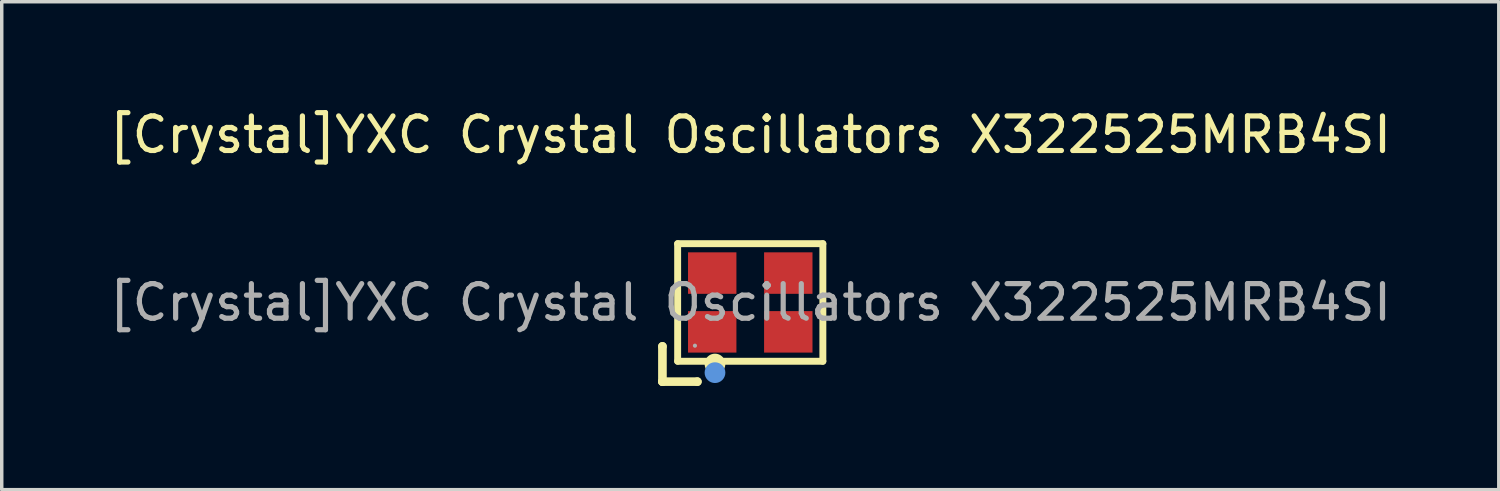
<source format=kicad_pcb>
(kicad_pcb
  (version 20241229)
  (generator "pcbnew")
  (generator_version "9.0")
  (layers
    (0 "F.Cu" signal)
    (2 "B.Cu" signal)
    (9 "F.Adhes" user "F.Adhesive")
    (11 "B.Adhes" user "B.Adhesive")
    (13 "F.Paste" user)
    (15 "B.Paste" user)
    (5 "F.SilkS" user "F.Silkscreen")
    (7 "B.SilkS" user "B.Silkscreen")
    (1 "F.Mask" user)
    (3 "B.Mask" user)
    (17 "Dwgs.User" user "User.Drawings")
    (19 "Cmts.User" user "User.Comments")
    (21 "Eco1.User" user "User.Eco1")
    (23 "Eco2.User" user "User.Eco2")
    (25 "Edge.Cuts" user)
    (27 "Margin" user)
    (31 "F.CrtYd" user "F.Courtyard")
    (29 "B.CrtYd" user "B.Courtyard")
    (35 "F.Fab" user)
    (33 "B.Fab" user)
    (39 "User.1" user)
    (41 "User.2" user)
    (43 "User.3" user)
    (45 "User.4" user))
  (footprint "[Crystal]YXC Crystal Oscillators X322525MRB4SI"
    (layer "F.Cu")
    (at 18.649 5.698)
    (property "Reference" "[Crystal]YXC Crystal Oscillators X322525MRB4SI" (at 0 -4.85 0) (layer "F.SilkS") (effects (font (size 1 1) (thickness 0.15))))
    (attr smd)
    (fp_line (start -2.54 1.27) (end -2.54 1.27) (stroke (width 0.25) (type solid)) (layer "F.SilkS"))
    (fp_line (start -2.54 1.27) (end -2.54 2.29) (stroke (width 0.25) (type solid)) (layer "F.SilkS"))
    (fp_line (start -2.54 2.29) (end -2.54 2.29) (stroke (width 0.25) (type solid)) (layer "F.SilkS"))
    (fp_line (start -2.54 2.29) (end -1.53 2.29) (stroke (width 0.25) (type solid)) (layer "F.SilkS"))
    (fp_line (start -2.1 -1.7) (end -2.1 1.7) (stroke (width 0.2) (type solid)) (layer "F.SilkS"))
    (fp_line (start -2.1 1.7) (end 2.1 1.7) (stroke (width 0.2) (type solid)) (layer "F.SilkS"))
    (fp_line (start -1.53 2.29) (end -1.53 2.29) (stroke (width 0.25) (type solid)) (layer "F.SilkS"))
    (fp_line (start 2.1 -1.7) (end -2.1 -1.7) (stroke (width 0.2) (type solid)) (layer "F.SilkS"))
    (fp_line (start 2.1 1.7) (end 2.1 -1.7) (stroke (width 0.2) (type solid)) (layer "F.SilkS"))
    (fp_arc (start -1.02 1.78) (mid -1.02 1.78) (end -1.02 1.78) (stroke (width 0.3) (type solid)) (layer "F.SilkS"))
    (fp_circle (center -1.02 2.03) (end -0.87 2.03) (stroke (width 0.3) (type solid)) (fill no) (layer "Cmts.User"))
    (fp_circle (center -1.6 1.25) (end -1.57 1.25) (stroke (width 0.06) (type solid)) (fill no) (layer "F.Fab"))
    (fp_text user "${REFERENCE}" (at 0 0 0) (layer "F.Fab") (effects (font (size 1 1) (thickness 0.15))))
    (pad "1" smd rect (at -1.1 0.85) (size 1.4 1.2) (layers "F.Cu" "F.Mask" "F.Paste"))
    (pad "2" smd rect (at 1.1 0.85) (size 1.4 1.2) (layers "F.Cu" "F.Mask" "F.Paste"))
    (pad "3" smd rect (at 1.1 -0.85) (size 1.4 1.2) (layers "F.Cu" "F.Mask" "F.Paste"))
    (pad "4" smd rect (at -1.1 -0.85) (size 1.4 1.2) (layers "F.Cu" "F.Mask" "F.Paste")))
  (gr_rect
    (start -3 -3)
    (end 40.298 11.113)
    (stroke (width 0.1) (type default))
    (fill no)
    (layer "Edge.Cuts")))
</source>
